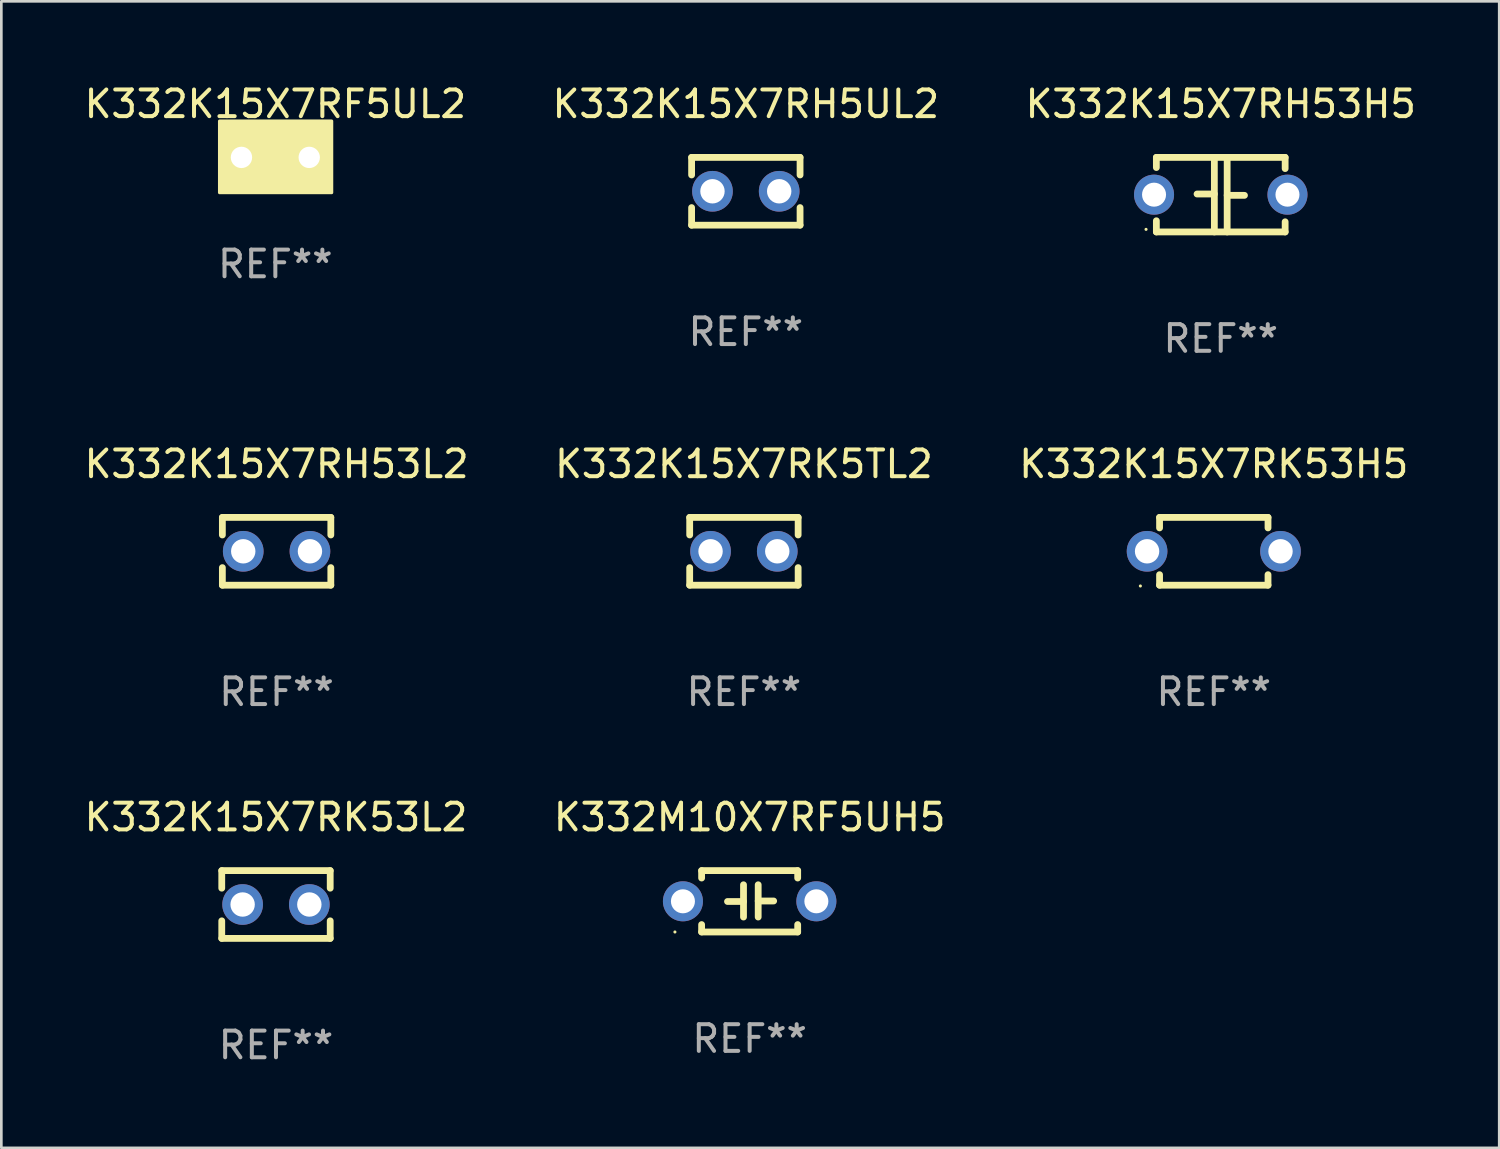
<source format=kicad_pcb>
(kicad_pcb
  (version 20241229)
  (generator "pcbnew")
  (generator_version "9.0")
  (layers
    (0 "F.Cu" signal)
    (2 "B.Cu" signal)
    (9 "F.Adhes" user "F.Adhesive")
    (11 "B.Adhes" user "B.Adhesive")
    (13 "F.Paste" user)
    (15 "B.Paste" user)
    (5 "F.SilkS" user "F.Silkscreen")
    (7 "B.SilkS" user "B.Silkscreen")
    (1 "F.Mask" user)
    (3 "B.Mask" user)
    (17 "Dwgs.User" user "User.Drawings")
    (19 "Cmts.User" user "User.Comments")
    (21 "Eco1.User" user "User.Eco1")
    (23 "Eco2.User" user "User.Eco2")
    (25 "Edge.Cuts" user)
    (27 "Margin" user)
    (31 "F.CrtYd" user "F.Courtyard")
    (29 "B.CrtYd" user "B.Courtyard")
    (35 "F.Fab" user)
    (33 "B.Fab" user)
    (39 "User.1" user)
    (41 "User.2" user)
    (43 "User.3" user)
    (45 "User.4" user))
  (footprint "K332K15X7RH53L2"
    (layer "F.Cu")
    (at 7.315 17.609)
    (property "Reference" "K332K15X7RH53L2" (at 0 -3.27 0) (layer "F.SilkS") (effects (font (size 1 1) (thickness 0.15))))
    (attr through_hole)
    (fp_line (start -2.032 -1.27) (end -2.032 -0.611) (stroke (width 0.254) (type solid)) (layer "F.SilkS"))
    (fp_line (start -2.032 0.611) (end -2.032 1.27) (stroke (width 0.254) (type solid)) (layer "F.SilkS"))
    (fp_line (start -2.032 1.27) (end 2.032 1.27) (stroke (width 0.254) (type solid)) (layer "F.SilkS"))
    (fp_line (start 2.032 -1.27) (end -2.032 -1.27) (stroke (width 0.254) (type solid)) (layer "F.SilkS"))
    (fp_line (start 2.032 -0.611) (end 2.032 -1.27) (stroke (width 0.254) (type solid)) (layer "F.SilkS"))
    (fp_line (start 2.032 1.27) (end 2.032 0.611) (stroke (width 0.254) (type solid)) (layer "F.SilkS"))
    (fp_circle (center -2 1.3) (end -1.97 1.3) (stroke (width 0.06) (type solid)) (fill no) (layer "F.SilkS"))
    (fp_text user "REF**" (at 0 5.27 0) (layer "F.Fab") (effects (font (size 1 1) (thickness 0.15))))
    (pad "1" thru_hole circle (at -1.25 0) (size 1.524 1.524) (drill 0.914) (layers "*.Cu" "*.Mask"))
    (pad "2" thru_hole circle (at 1.25 0) (size 1.524 1.524) (drill 0.914) (layers "*.Cu" "*.Mask")))
  (footprint "K332K15X7RH53H5"
    (layer "F.Cu")
    (at 42.696 4.245)
    (property "Reference" "K332K15X7RH53H5" (at 0 -3.397 0) (layer "F.SilkS") (effects (font (size 1 1) (thickness 0.15))))
    (attr through_hole)
    (fp_line (start -2.413 -1.397) (end 2.413 -1.397) (stroke (width 0.254) (type solid)) (layer "F.SilkS"))
    (fp_line (start -2.413 -1.016) (end -2.413 -1.397) (stroke (width 0.254) (type solid)) (layer "F.SilkS"))
    (fp_line (start -2.413 0.977) (end -2.413 1.397) (stroke (width 0.254) (type solid)) (layer "F.SilkS"))
    (fp_line (start -0.24 -0.025) (end -0.889 -0.025) (stroke (width 0.254) (type solid)) (layer "F.SilkS"))
    (fp_line (start -0.24 1.397) (end -0.24 -1.397) (stroke (width 0.254) (type solid)) (layer "F.SilkS"))
    (fp_line (start 0.24 -1.397) (end 0.24 1.397) (stroke (width 0.254) (type solid)) (layer "F.SilkS"))
    (fp_line (start 0.24 0.025) (end 0.889 0.025) (stroke (width 0.254) (type solid)) (layer "F.SilkS"))
    (fp_line (start 2.413 -0.977) (end 2.413 -1.397) (stroke (width 0.254) (type solid)) (layer "F.SilkS"))
    (fp_line (start 2.413 1.016) (end 2.413 1.397) (stroke (width 0.254) (type solid)) (layer "F.SilkS"))
    (fp_line (start 2.413 1.397) (end -2.413 1.397) (stroke (width 0.254) (type solid)) (layer "F.SilkS"))
    (fp_circle (center -2.8 1.3) (end -2.77 1.3) (stroke (width 0.06) (type solid)) (fill no) (layer "F.SilkS"))
    (fp_text user "REF**" (at 0 5.397 0) (layer "F.Fab") (effects (font (size 1 1) (thickness 0.15))))
    (pad "1" thru_hole circle (at -2.5 0) (size 1.5 1.5) (drill 0.9) (layers "*.Cu" "*.Mask"))
    (pad "2" thru_hole circle (at 2.5 0) (size 1.5 1.5) (drill 0.9) (layers "*.Cu" "*.Mask")))
  (footprint "K332K15X7RF5UL2"
    (layer "F.Cu")
    (at 7.268 2.848)
    (property "Reference" "K332K15X7RF5UL2" (at 0 -2 0) (layer "F.SilkS") (effects (font (size 1 1) (thickness 0.15))))
    (attr through_hole)
    (fp_circle (center -2 1.3) (end -1.97 1.3) (stroke (width 0.06) (type solid)) (fill no) (layer "F.SilkS"))
    (fp_poly (pts (xy -2.09 -1.36) (xy 2.11 -1.36) (xy 2.11 1.32) (xy -2.09 1.32)) (stroke (width 0.12) (type solid)) (fill yes) (layer "F.SilkS"))
    (fp_text user "REF**" (at 0 4 0) (layer "F.Fab") (effects (font (size 1 1) (thickness 0.15))))
    (pad "1" thru_hole circle (at -1.27 0) (size 1.4 1.4) (drill 0.8) (layers "*.Cu" "*.Mask"))
    (pad "2" thru_hole circle (at 1.27 0) (size 1.4 1.4) (drill 0.8) (layers "*.Cu" "*.Mask")))
  (footprint "K332M10X7RF5UH5"
    (layer "F.Cu")
    (at 25.042 30.725)
    (property "Reference" "K332M10X7RF5UH5" (at 0 -3.15 0) (layer "F.SilkS") (effects (font (size 1 1) (thickness 0.15))))
    (attr through_hole)
    (fp_line (start -1.8 -1.15) (end -1.8 -0.872) (stroke (width 0.254) (type solid)) (layer "F.SilkS"))
    (fp_line (start -1.8 -1.15) (end 1.8 -1.15) (stroke (width 0.254) (type solid)) (layer "F.SilkS"))
    (fp_line (start -1.8 0.872) (end -1.8 1.15) (stroke (width 0.254) (type solid)) (layer "F.SilkS"))
    (fp_line (start -1.8 1.15) (end 1.8 1.15) (stroke (width 0.254) (type solid)) (layer "F.SilkS"))
    (fp_line (start -0.23 -0.62) (end -0.23 0.59) (stroke (width 0.254) (type solid)) (layer "F.SilkS"))
    (fp_line (start -0.23 0.007) (end -0.83 0.007) (stroke (width 0.254) (type solid)) (layer "F.SilkS"))
    (fp_line (start 0.32 -0.62) (end 0.32 0.59) (stroke (width 0.254) (type solid)) (layer "F.SilkS"))
    (fp_line (start 0.32 -0.012) (end 0.9 -0.012) (stroke (width 0.254) (type solid)) (layer "F.SilkS"))
    (fp_line (start 1.8 -1.15) (end 1.8 -0.872) (stroke (width 0.254) (type solid)) (layer "F.SilkS"))
    (fp_line (start 1.8 0.872) (end 1.8 1.15) (stroke (width 0.254) (type solid)) (layer "F.SilkS"))
    (fp_circle (center -2.8 1.15) (end -2.77 1.15) (stroke (width 0.06) (type solid)) (fill no) (layer "F.SilkS"))
    (fp_text user "REF**" (at 0 5.15 0) (layer "F.Fab") (effects (font (size 1 1) (thickness 0.15))))
    (pad "1" thru_hole circle (at -2.5 0) (size 1.5 1.5) (drill 0.9) (layers "*.Cu" "*.Mask"))
    (pad "2" thru_hole circle (at 2.5 0) (size 1.5 1.5) (drill 0.9) (layers "*.Cu" "*.Mask")))
  (footprint "K332K15X7RK5TL2"
    (layer "F.Cu")
    (at 24.827 17.609)
    (property "Reference" "K332K15X7RK5TL2" (at 0 -3.27 0) (layer "F.SilkS") (effects (font (size 1 1) (thickness 0.15))))
    (attr through_hole)
    (fp_line (start -2.032 -1.27) (end -2.032 -0.611) (stroke (width 0.254) (type solid)) (layer "F.SilkS"))
    (fp_line (start -2.032 0.611) (end -2.032 1.27) (stroke (width 0.254) (type solid)) (layer "F.SilkS"))
    (fp_line (start -2.032 1.27) (end 2.032 1.27) (stroke (width 0.254) (type solid)) (layer "F.SilkS"))
    (fp_line (start 2.032 -1.27) (end -2.032 -1.27) (stroke (width 0.254) (type solid)) (layer "F.SilkS"))
    (fp_line (start 2.032 -0.611) (end 2.032 -1.27) (stroke (width 0.254) (type solid)) (layer "F.SilkS"))
    (fp_line (start 2.032 1.27) (end 2.032 0.611) (stroke (width 0.254) (type solid)) (layer "F.SilkS"))
    (fp_circle (center -2 1.3) (end -1.97 1.3) (stroke (width 0.06) (type solid)) (fill no) (layer "F.SilkS"))
    (fp_text user "REF**" (at 0 5.27 0) (layer "F.Fab") (effects (font (size 1 1) (thickness 0.15))))
    (pad "1" thru_hole circle (at -1.25 0) (size 1.524 1.524) (drill 0.914) (layers "*.Cu" "*.Mask"))
    (pad "2" thru_hole circle (at 1.25 0) (size 1.524 1.524) (drill 0.914) (layers "*.Cu" "*.Mask")))
  (footprint "K332K15X7RK53H5"
    (layer "F.Cu")
    (at 42.435 17.609)
    (property "Reference" "K332K15X7RK53H5" (at 0 -3.27 0) (layer "F.SilkS") (effects (font (size 1 1) (thickness 0.15))))
    (attr through_hole)
    (fp_line (start -2.032 -1.27) (end -2.032 -0.876) (stroke (width 0.254) (type solid)) (layer "F.SilkS"))
    (fp_line (start -2.032 0.876) (end -2.032 1.27) (stroke (width 0.254) (type solid)) (layer "F.SilkS"))
    (fp_line (start -2.032 1.27) (end 2.032 1.27) (stroke (width 0.254) (type solid)) (layer "F.SilkS"))
    (fp_line (start 2.032 -1.27) (end -2.032 -1.27) (stroke (width 0.254) (type solid)) (layer "F.SilkS"))
    (fp_line (start 2.032 -0.876) (end 2.032 -1.27) (stroke (width 0.254) (type solid)) (layer "F.SilkS"))
    (fp_line (start 2.032 1.27) (end 2.032 0.876) (stroke (width 0.254) (type solid)) (layer "F.SilkS"))
    (fp_circle (center -2.751 1.3) (end -2.721 1.3) (stroke (width 0.06) (type solid)) (fill no) (layer "F.SilkS"))
    (fp_text user "REF**" (at 0 5.27 0) (layer "F.Fab") (effects (font (size 1 1) (thickness 0.15))))
    (pad "1" thru_hole circle (at -2.5 0) (size 1.524 1.524) (drill 0.914) (layers "*.Cu" "*.Mask"))
    (pad "2" thru_hole circle (at 2.5 0) (size 1.524 1.524) (drill 0.914) (layers "*.Cu" "*.Mask")))
  (footprint "K332K15X7RH5UL2"
    (layer "F.Cu")
    (at 24.899 4.118)
    (property "Reference" "K332K15X7RH5UL2" (at 0 -3.27 0) (layer "F.SilkS") (effects (font (size 1 1) (thickness 0.15))))
    (attr through_hole)
    (fp_line (start -2.032 -1.27) (end -2.032 -0.611) (stroke (width 0.254) (type solid)) (layer "F.SilkS"))
    (fp_line (start -2.032 0.611) (end -2.032 1.27) (stroke (width 0.254) (type solid)) (layer "F.SilkS"))
    (fp_line (start -2.032 1.27) (end 2.032 1.27) (stroke (width 0.254) (type solid)) (layer "F.SilkS"))
    (fp_line (start 2.032 -1.27) (end -2.032 -1.27) (stroke (width 0.254) (type solid)) (layer "F.SilkS"))
    (fp_line (start 2.032 -0.611) (end 2.032 -1.27) (stroke (width 0.254) (type solid)) (layer "F.SilkS"))
    (fp_line (start 2.032 1.27) (end 2.032 0.611) (stroke (width 0.254) (type solid)) (layer "F.SilkS"))
    (fp_circle (center -2 1.3) (end -1.97 1.3) (stroke (width 0.06) (type solid)) (fill no) (layer "F.SilkS"))
    (fp_text user "REF**" (at 0 5.27 0) (layer "F.Fab") (effects (font (size 1 1) (thickness 0.15))))
    (pad "1" thru_hole circle (at -1.25 0) (size 1.524 1.524) (drill 0.914) (layers "*.Cu" "*.Mask"))
    (pad "2" thru_hole circle (at 1.25 0) (size 1.524 1.524) (drill 0.914) (layers "*.Cu" "*.Mask")))
  (footprint "K332K15X7RK53L2"
    (layer "F.Cu")
    (at 7.292 30.845)
    (property "Reference" "K332K15X7RK53L2" (at 0 -3.27 0) (layer "F.SilkS") (effects (font (size 1 1) (thickness 0.15))))
    (attr through_hole)
    (fp_line (start -2.032 -1.27) (end -2.032 -0.611) (stroke (width 0.254) (type solid)) (layer "F.SilkS"))
    (fp_line (start -2.032 0.611) (end -2.032 1.27) (stroke (width 0.254) (type solid)) (layer "F.SilkS"))
    (fp_line (start -2.032 1.27) (end 2.032 1.27) (stroke (width 0.254) (type solid)) (layer "F.SilkS"))
    (fp_line (start 2.032 -1.27) (end -2.032 -1.27) (stroke (width 0.254) (type solid)) (layer "F.SilkS"))
    (fp_line (start 2.032 -0.611) (end 2.032 -1.27) (stroke (width 0.254) (type solid)) (layer "F.SilkS"))
    (fp_line (start 2.032 1.27) (end 2.032 0.611) (stroke (width 0.254) (type solid)) (layer "F.SilkS"))
    (fp_circle (center -2 1.3) (end -1.97 1.3) (stroke (width 0.06) (type solid)) (fill no) (layer "F.SilkS"))
    (fp_text user "REF**" (at 0 5.27 0) (layer "F.Fab") (effects (font (size 1 1) (thickness 0.15))))
    (pad "1" thru_hole circle (at -1.25 0) (size 1.524 1.524) (drill 0.914) (layers "*.Cu" "*.Mask"))
    (pad "2" thru_hole circle (at 1.25 0) (size 1.524 1.524) (drill 0.914) (layers "*.Cu" "*.Mask")))
  (gr_rect
    (start -3 -3)
    (end 53.131 39.964)
    (stroke (width 0.1) (type default))
    (fill no)
    (layer "Edge.Cuts")))
</source>
